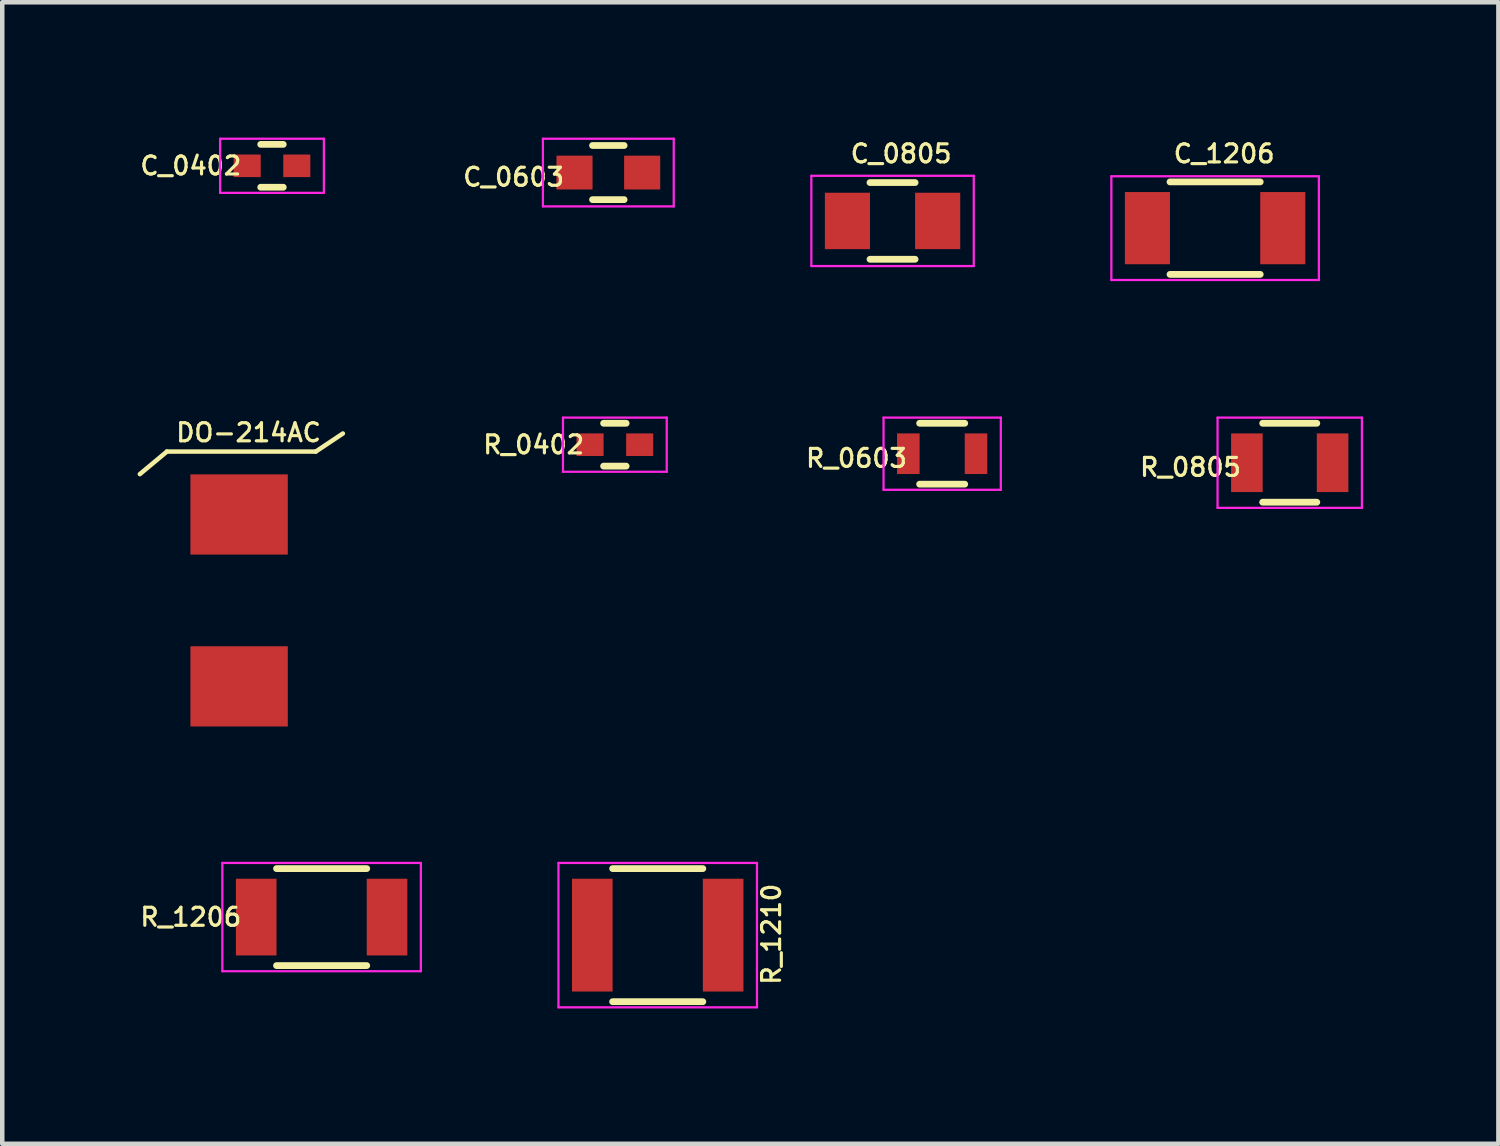
<source format=kicad_pcb>
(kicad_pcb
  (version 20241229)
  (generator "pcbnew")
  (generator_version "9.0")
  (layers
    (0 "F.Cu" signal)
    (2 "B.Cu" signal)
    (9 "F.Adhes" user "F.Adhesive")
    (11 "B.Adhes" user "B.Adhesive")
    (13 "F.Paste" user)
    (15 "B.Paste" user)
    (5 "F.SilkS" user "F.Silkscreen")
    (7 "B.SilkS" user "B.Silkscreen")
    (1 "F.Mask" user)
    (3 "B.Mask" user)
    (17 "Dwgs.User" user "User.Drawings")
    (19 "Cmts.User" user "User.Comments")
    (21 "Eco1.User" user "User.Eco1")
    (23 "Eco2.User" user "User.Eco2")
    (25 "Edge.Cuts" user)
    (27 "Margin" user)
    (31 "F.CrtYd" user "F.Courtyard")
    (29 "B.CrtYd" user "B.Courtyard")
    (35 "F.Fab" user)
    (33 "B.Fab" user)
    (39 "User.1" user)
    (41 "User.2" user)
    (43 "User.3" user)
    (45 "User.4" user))
  (footprint "C_1206"
    (layer "F.Cu")
    (at 23.884 2.007)
    (property "Reference" "C_1206" (at 0.2 -1.65 0) (layer "F.SilkS") (effects (font (size 0.4 0.4) (thickness 0.07))))
    (attr smd)
    (fp_line (start -1 1.025) (end 1 1.025) (stroke (width 0.15) (type solid)) (layer "F.SilkS"))
    (fp_line (start 1 -1.025) (end -1 -1.025) (stroke (width 0.15) (type solid)) (layer "F.SilkS"))
    (fp_line (start -2.3 -1.15) (end -2.3 1.15) (stroke (width 0.05) (type solid)) (layer "F.CrtYd"))
    (fp_line (start -2.3 -1.15) (end 2.3 -1.15) (stroke (width 0.05) (type solid)) (layer "F.CrtYd"))
    (fp_line (start -2.3 1.15) (end 2.3 1.15) (stroke (width 0.05) (type solid)) (layer "F.CrtYd"))
    (fp_line (start 2.3 -1.15) (end 2.3 1.15) (stroke (width 0.05) (type solid)) (layer "F.CrtYd"))
    (pad "1" smd rect (at -1.5 0) (size 1 1.6) (layers "F.Cu" "F.Mask" "F.Paste"))
    (pad "2" smd rect (at 1.5 0) (size 1 1.6) (layers "F.Cu" "F.Mask" "F.Paste")))
  (footprint "C_0603"
    (layer "F.Cu")
    (at 10.434 0.775)
    (property "Reference" "C_0603" (at -2.1 0.1 0) (layer "F.SilkS") (effects (font (size 0.4 0.4) (thickness 0.07))))
    (attr smd)
    (fp_line (start -0.35 -0.6) (end 0.35 -0.6) (stroke (width 0.15) (type solid)) (layer "F.SilkS"))
    (fp_line (start 0.35 0.6) (end -0.35 0.6) (stroke (width 0.15) (type solid)) (layer "F.SilkS"))
    (fp_line (start -1.45 -0.75) (end -1.45 0.75) (stroke (width 0.05) (type solid)) (layer "F.CrtYd"))
    (fp_line (start -1.45 -0.75) (end 1.45 -0.75) (stroke (width 0.05) (type solid)) (layer "F.CrtYd"))
    (fp_line (start -1.45 0.75) (end 1.45 0.75) (stroke (width 0.05) (type solid)) (layer "F.CrtYd"))
    (fp_line (start 1.45 -0.75) (end 1.45 0.75) (stroke (width 0.05) (type solid)) (layer "F.CrtYd"))
    (pad "1" smd rect (at -0.75 0) (size 0.8 0.75) (layers "F.Cu" "F.Mask" "F.Paste"))
    (pad "2" smd rect (at 0.75 0) (size 0.8 0.75) (layers "F.Cu" "F.Mask" "F.Paste")))
  (footprint "C_0805"
    (layer "F.Cu")
    (at 16.734 1.847)
    (property "Reference" "C_0805" (at 0.19 -1.49 0) (layer "F.SilkS") (effects (font (size 0.4 0.4) (thickness 0.07))))
    (attr smd)
    (fp_line (start -0.5 0.85) (end 0.5 0.85) (stroke (width 0.15) (type solid)) (layer "F.SilkS"))
    (fp_line (start 0.5 -0.85) (end -0.5 -0.85) (stroke (width 0.15) (type solid)) (layer "F.SilkS"))
    (fp_line (start -1.8 -1) (end -1.8 1) (stroke (width 0.05) (type solid)) (layer "F.CrtYd"))
    (fp_line (start -1.8 -1) (end 1.8 -1) (stroke (width 0.05) (type solid)) (layer "F.CrtYd"))
    (fp_line (start -1.8 1) (end 1.8 1) (stroke (width 0.05) (type solid)) (layer "F.CrtYd"))
    (fp_line (start 1.8 -1) (end 1.8 1) (stroke (width 0.05) (type solid)) (layer "F.CrtYd"))
    (pad "1" smd rect (at -1 0) (size 1 1.25) (layers "F.Cu" "F.Mask" "F.Paste"))
    (pad "2" smd rect (at 1 0) (size 1 1.25) (layers "F.Cu" "F.Mask" "F.Paste")))
  (footprint "DO-214AC"
    (layer "F.Cu")
    (at 2.25 10.259)
    (property "Reference" "DO-214AC" (at 0.21 -3.72 0) (layer "F.SilkS") (effects (font (size 0.4 0.4) (thickness 0.07))))
    (attr through_hole)
    (fp_line (start -2.2 -2.8) (end -1.6 -3.3) (stroke (width 0.1) (type solid)) (layer "F.SilkS"))
    (fp_line (start -1.6 -3.3) (end 1.7 -3.3) (stroke (width 0.1) (type solid)) (layer "F.SilkS"))
    (fp_line (start 1.7 -3.3) (end 2.3 -3.7) (stroke (width 0.1) (type solid)) (layer "F.SilkS"))
    (pad "A" smd rect (at 0 1.905) (size 2.159 1.778) (layers "F.Cu" "F.Mask" "F.Paste"))
    (pad "C" smd rect (at 0 -1.905) (size 2.159 1.778) (layers "F.Cu" "F.Mask" "F.Paste")))
  (footprint "R_0603"
    (layer "F.Cu")
    (at 17.834 7.007)
    (property "Reference" "R_0603" (at -1.9 0.1 0) (layer "F.SilkS") (effects (font (size 0.4 0.4) (thickness 0.07))))
    (attr smd)
    (fp_line (start -0.5 -0.675) (end 0.5 -0.675) (stroke (width 0.15) (type solid)) (layer "F.SilkS"))
    (fp_line (start 0.5 0.675) (end -0.5 0.675) (stroke (width 0.15) (type solid)) (layer "F.SilkS"))
    (fp_line (start -1.3 -0.8) (end -1.3 0.8) (stroke (width 0.05) (type solid)) (layer "F.CrtYd"))
    (fp_line (start -1.3 -0.8) (end 1.3 -0.8) (stroke (width 0.05) (type solid)) (layer "F.CrtYd"))
    (fp_line (start -1.3 0.8) (end 1.3 0.8) (stroke (width 0.05) (type solid)) (layer "F.CrtYd"))
    (fp_line (start 1.3 -0.8) (end 1.3 0.8) (stroke (width 0.05) (type solid)) (layer "F.CrtYd"))
    (pad "1" smd rect (at -0.75 0) (size 0.5 0.9) (layers "F.Cu" "F.Mask" "F.Paste"))
    (pad "2" smd rect (at 0.75 0) (size 0.5 0.9) (layers "F.Cu" "F.Mask" "F.Paste")))
  (footprint "C_0402"
    (layer "F.Cu")
    (at 2.979 0.625)
    (property "Reference" "C_0402" (at -1.8 0 0) (layer "F.SilkS") (effects (font (size 0.4 0.4) (thickness 0.07))))
    (attr smd)
    (fp_line (start -0.25 0.475) (end 0.25 0.475) (stroke (width 0.15) (type solid)) (layer "F.SilkS"))
    (fp_line (start 0.25 -0.475) (end -0.25 -0.475) (stroke (width 0.15) (type solid)) (layer "F.SilkS"))
    (fp_line (start -1.15 -0.6) (end -1.15 0.6) (stroke (width 0.05) (type solid)) (layer "F.CrtYd"))
    (fp_line (start -1.15 -0.6) (end 1.15 -0.6) (stroke (width 0.05) (type solid)) (layer "F.CrtYd"))
    (fp_line (start -1.15 0.6) (end 1.15 0.6) (stroke (width 0.05) (type solid)) (layer "F.CrtYd"))
    (fp_line (start 1.15 -0.6) (end 1.15 0.6) (stroke (width 0.05) (type solid)) (layer "F.CrtYd"))
    (pad "1" smd rect (at -0.55 0) (size 0.6 0.5) (layers "F.Cu" "F.Mask" "F.Paste"))
    (pad "2" smd rect (at 0.55 0) (size 0.6 0.5) (layers "F.Cu" "F.Mask" "F.Paste")))
  (footprint "R_1206"
    (layer "F.Cu")
    (at 4.079 17.278)
    (property "Reference" "R_1206" (at -2.9 0 0) (layer "F.SilkS") (effects (font (size 0.4 0.4) (thickness 0.07))))
    (attr smd)
    (fp_line (start -1 -1.075) (end 1 -1.075) (stroke (width 0.15) (type solid)) (layer "F.SilkS"))
    (fp_line (start 1 1.075) (end -1 1.075) (stroke (width 0.15) (type solid)) (layer "F.SilkS"))
    (fp_line (start -2.2 -1.2) (end -2.2 1.2) (stroke (width 0.05) (type solid)) (layer "F.CrtYd"))
    (fp_line (start -2.2 -1.2) (end 2.2 -1.2) (stroke (width 0.05) (type solid)) (layer "F.CrtYd"))
    (fp_line (start -2.2 1.2) (end 2.2 1.2) (stroke (width 0.05) (type solid)) (layer "F.CrtYd"))
    (fp_line (start 2.2 -1.2) (end 2.2 1.2) (stroke (width 0.05) (type solid)) (layer "F.CrtYd"))
    (pad "1" smd rect (at -1.45 0) (size 0.9 1.7) (layers "F.Cu" "F.Mask" "F.Paste"))
    (pad "2" smd rect (at 1.45 0) (size 0.9 1.7) (layers "F.Cu" "F.Mask" "F.Paste")))
  (footprint "R_0402"
    (layer "F.Cu")
    (at 10.579 6.807)
    (property "Reference" "R_0402" (at -1.8 0 0) (layer "F.SilkS") (effects (font (size 0.4 0.4) (thickness 0.07))))
    (attr smd)
    (fp_line (start -0.25 0.475) (end 0.25 0.475) (stroke (width 0.15) (type solid)) (layer "F.SilkS"))
    (fp_line (start 0.25 -0.475) (end -0.25 -0.475) (stroke (width 0.15) (type solid)) (layer "F.SilkS"))
    (fp_line (start -1.15 -0.6) (end -1.15 0.6) (stroke (width 0.05) (type solid)) (layer "F.CrtYd"))
    (fp_line (start -1.15 -0.6) (end 1.15 -0.6) (stroke (width 0.05) (type solid)) (layer "F.CrtYd"))
    (fp_line (start -1.15 0.6) (end 1.15 0.6) (stroke (width 0.05) (type solid)) (layer "F.CrtYd"))
    (fp_line (start 1.15 -0.6) (end 1.15 0.6) (stroke (width 0.05) (type solid)) (layer "F.CrtYd"))
    (pad "1" smd rect (at -0.55 0) (size 0.6 0.5) (layers "F.Cu" "F.Mask" "F.Paste"))
    (pad "2" smd rect (at 0.55 0) (size 0.6 0.5) (layers "F.Cu" "F.Mask" "F.Paste")))
  (footprint "R_1210"
    (layer "F.Cu")
    (at 11.529 17.678)
    (property "Reference" "R_1210" (at 2.52 -0.02 90) (layer "F.SilkS") (effects (font (size 0.4 0.4) (thickness 0.07))))
    (attr smd)
    (fp_line (start -1 -1.475) (end 1 -1.475) (stroke (width 0.15) (type solid)) (layer "F.SilkS"))
    (fp_line (start 1 1.475) (end -1 1.475) (stroke (width 0.15) (type solid)) (layer "F.SilkS"))
    (fp_line (start -2.2 -1.6) (end -2.2 1.6) (stroke (width 0.05) (type solid)) (layer "F.CrtYd"))
    (fp_line (start -2.2 -1.6) (end 2.2 -1.6) (stroke (width 0.05) (type solid)) (layer "F.CrtYd"))
    (fp_line (start -2.2 1.6) (end 2.2 1.6) (stroke (width 0.05) (type solid)) (layer "F.CrtYd"))
    (fp_line (start 2.2 -1.6) (end 2.2 1.6) (stroke (width 0.05) (type solid)) (layer "F.CrtYd"))
    (pad "1" smd rect (at -1.45 0) (size 0.9 2.5) (layers "F.Cu" "F.Mask" "F.Paste"))
    (pad "2" smd rect (at 1.45 0) (size 0.9 2.5) (layers "F.Cu" "F.Mask" "F.Paste")))
  (footprint "R_0805"
    (layer "F.Cu")
    (at 25.538 7.207)
    (property "Reference" "R_0805" (at -2.2 0.1 0) (layer "F.SilkS") (effects (font (size 0.4 0.4) (thickness 0.07))))
    (attr smd)
    (fp_line (start -0.6 -0.875) (end 0.6 -0.875) (stroke (width 0.15) (type solid)) (layer "F.SilkS"))
    (fp_line (start 0.6 0.875) (end -0.6 0.875) (stroke (width 0.15) (type solid)) (layer "F.SilkS"))
    (fp_line (start -1.6 -1) (end -1.6 1) (stroke (width 0.05) (type solid)) (layer "F.CrtYd"))
    (fp_line (start -1.6 -1) (end 1.6 -1) (stroke (width 0.05) (type solid)) (layer "F.CrtYd"))
    (fp_line (start -1.6 1) (end 1.6 1) (stroke (width 0.05) (type solid)) (layer "F.CrtYd"))
    (fp_line (start 1.6 -1) (end 1.6 1) (stroke (width 0.05) (type solid)) (layer "F.CrtYd"))
    (pad "1" smd rect (at -0.95 0) (size 0.7 1.3) (layers "F.Cu" "F.Mask" "F.Paste"))
    (pad "2" smd rect (at 0.95 0) (size 0.7 1.3) (layers "F.Cu" "F.Mask" "F.Paste")))
  (gr_rect
    (start -3 -3)
    (end 30.163 22.303)
    (stroke (width 0.1) (type default))
    (fill no)
    (layer "Edge.Cuts")))
</source>
